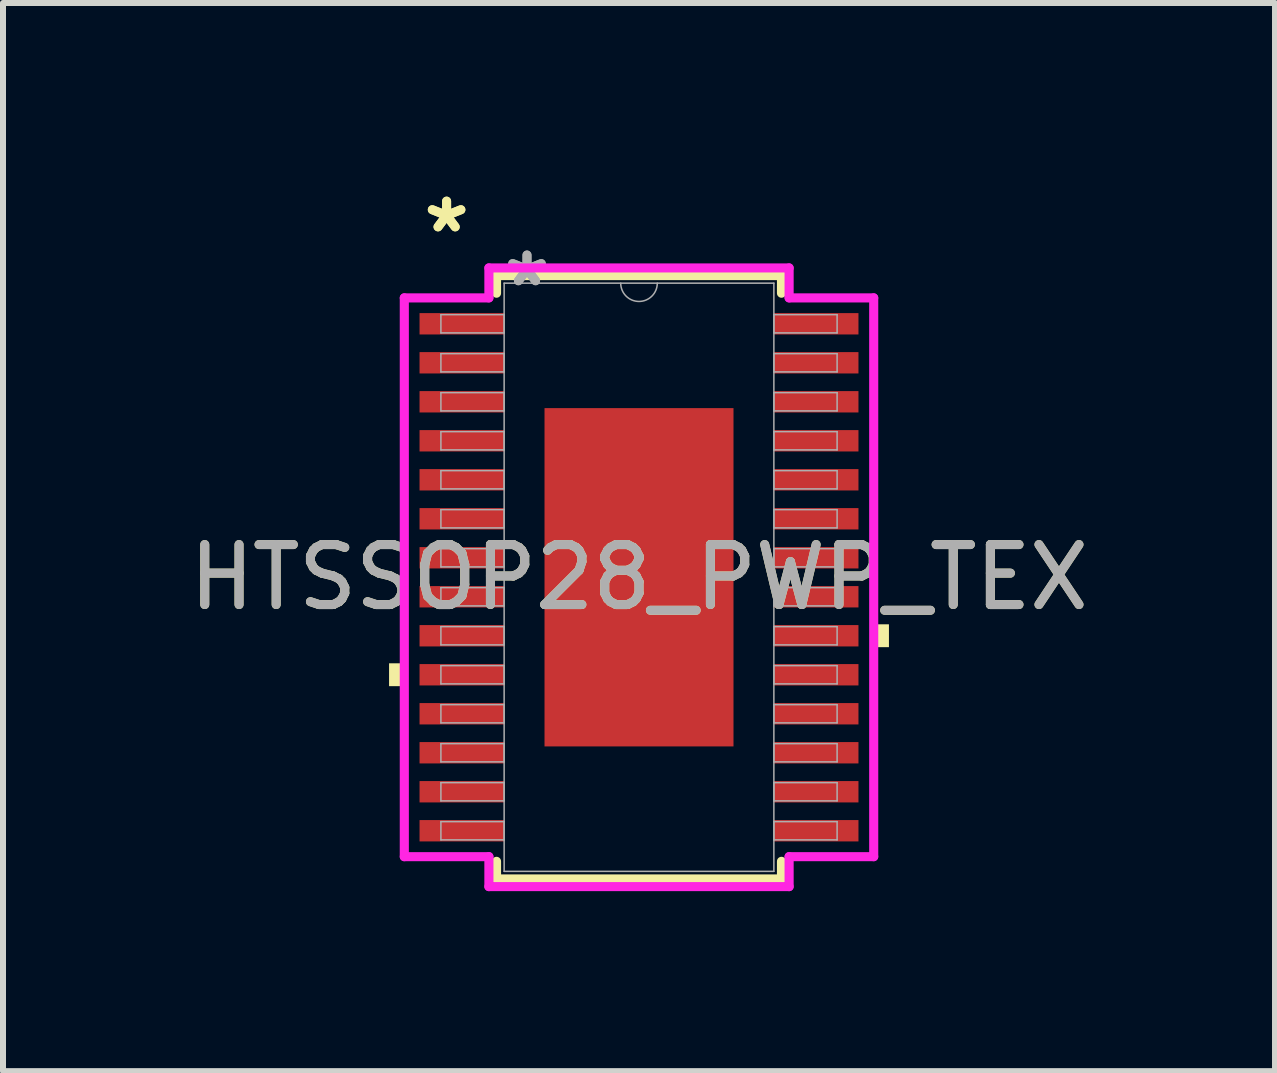
<source format=kicad_pcb>
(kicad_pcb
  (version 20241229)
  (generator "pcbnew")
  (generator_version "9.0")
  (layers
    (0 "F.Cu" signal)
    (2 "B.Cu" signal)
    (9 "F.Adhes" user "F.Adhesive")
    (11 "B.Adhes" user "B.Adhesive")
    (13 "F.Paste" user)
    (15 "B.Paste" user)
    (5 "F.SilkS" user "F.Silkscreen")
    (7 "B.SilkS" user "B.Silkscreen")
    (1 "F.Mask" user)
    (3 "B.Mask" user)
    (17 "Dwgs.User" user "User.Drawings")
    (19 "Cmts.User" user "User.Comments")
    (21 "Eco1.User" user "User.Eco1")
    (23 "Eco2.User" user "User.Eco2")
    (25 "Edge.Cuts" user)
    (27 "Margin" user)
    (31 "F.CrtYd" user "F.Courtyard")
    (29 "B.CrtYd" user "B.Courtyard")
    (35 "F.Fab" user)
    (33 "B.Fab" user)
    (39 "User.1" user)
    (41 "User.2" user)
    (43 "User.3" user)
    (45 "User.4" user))
  (footprint "HTSSOP28_PWP_TEX"
    (layer "F.Cu")
    (at 7.601 6.572)
    (property "Reference" "HTSSOP28_PWP_TEX" (at 0 0 0) (unlocked yes) (layer "F.SilkS") (effects (font (size 1 1) (thickness 0.15))))
    (attr smd)
    (fp_line (start -2.375 -5.029) (end -2.375 -4.735) (stroke (width 0.152) (type solid)) (layer "F.SilkS"))
    (fp_line (start -2.375 4.735) (end -2.375 5.029) (stroke (width 0.152) (type solid)) (layer "F.SilkS"))
    (fp_line (start -2.375 5.029) (end 2.375 5.029) (stroke (width 0.152) (type solid)) (layer "F.SilkS"))
    (fp_line (start 2.375 -5.029) (end -2.375 -5.029) (stroke (width 0.152) (type solid)) (layer "F.SilkS"))
    (fp_line (start 2.375 -4.735) (end 2.375 -5.029) (stroke (width 0.152) (type solid)) (layer "F.SilkS"))
    (fp_line (start 2.375 5.029) (end 2.375 4.735) (stroke (width 0.152) (type solid)) (layer "F.SilkS"))
    (fp_poly (pts (xy -4.166 1.434) (xy -4.166 1.815) (xy -3.912 1.815) (xy -3.912 1.434)) (stroke (width 0) (type solid)) (fill yes) (layer "F.SilkS"))
    (fp_poly (pts (xy 4.166 0.784) (xy 4.166 1.165) (xy 3.912 1.165) (xy 3.912 0.784)) (stroke (width 0) (type solid)) (fill yes) (layer "F.SilkS"))
    (fp_poly (pts (xy -1.475 -2.719) (xy -1.475 -1.51) (xy -0.1 -1.51) (xy -0.1 -2.719)) (stroke (width 0) (type solid)) (fill yes) (layer "F.Paste"))
    (fp_poly (pts (xy -1.475 -1.31) (xy -1.475 -0.1) (xy -0.1 -0.1) (xy -0.1 -1.31)) (stroke (width 0) (type solid)) (fill yes) (layer "F.Paste"))
    (fp_poly (pts (xy -1.475 0.1) (xy -1.475 1.31) (xy -0.1 1.31) (xy -0.1 0.1)) (stroke (width 0) (type solid)) (fill yes) (layer "F.Paste"))
    (fp_poly (pts (xy -1.475 1.51) (xy -1.475 2.719) (xy -0.1 2.719) (xy -0.1 1.51)) (stroke (width 0) (type solid)) (fill yes) (layer "F.Paste"))
    (fp_poly (pts (xy 0.1 -2.719) (xy 0.1 -1.51) (xy 1.475 -1.51) (xy 1.475 -2.719)) (stroke (width 0) (type solid)) (fill yes) (layer "F.Paste"))
    (fp_poly (pts (xy 0.1 -1.31) (xy 0.1 -0.1) (xy 1.475 -0.1) (xy 1.475 -1.31)) (stroke (width 0) (type solid)) (fill yes) (layer "F.Paste"))
    (fp_poly (pts (xy 0.1 0.1) (xy 0.1 1.31) (xy 1.475 1.31) (xy 1.475 0.1)) (stroke (width 0) (type solid)) (fill yes) (layer "F.Paste"))
    (fp_poly (pts (xy 0.1 1.51) (xy 0.1 2.719) (xy 1.475 2.719) (xy 1.475 1.51)) (stroke (width 0) (type solid)) (fill yes) (layer "F.Paste"))
    (fp_line (start -3.912 -4.657) (end -2.502 -4.657) (stroke (width 0.152) (type solid)) (layer "F.CrtYd"))
    (fp_line (start -3.912 4.657) (end -3.912 -4.657) (stroke (width 0.152) (type solid)) (layer "F.CrtYd"))
    (fp_line (start -3.912 4.657) (end -2.502 4.657) (stroke (width 0.152) (type solid)) (layer "F.CrtYd"))
    (fp_line (start -2.502 -5.156) (end 2.502 -5.156) (stroke (width 0.152) (type solid)) (layer "F.CrtYd"))
    (fp_line (start -2.502 -4.657) (end -2.502 -5.156) (stroke (width 0.152) (type solid)) (layer "F.CrtYd"))
    (fp_line (start -2.502 5.156) (end -2.502 4.657) (stroke (width 0.152) (type solid)) (layer "F.CrtYd"))
    (fp_line (start 2.502 -5.156) (end 2.502 -4.657) (stroke (width 0.152) (type solid)) (layer "F.CrtYd"))
    (fp_line (start 2.502 4.657) (end 2.502 5.156) (stroke (width 0.152) (type solid)) (layer "F.CrtYd"))
    (fp_line (start 2.502 5.156) (end -2.502 5.156) (stroke (width 0.152) (type solid)) (layer "F.CrtYd"))
    (fp_line (start 3.912 -4.657) (end 2.502 -4.657) (stroke (width 0.152) (type solid)) (layer "F.CrtYd"))
    (fp_line (start 3.912 -4.657) (end 3.912 4.657) (stroke (width 0.152) (type solid)) (layer "F.CrtYd"))
    (fp_line (start 3.912 4.657) (end 2.502 4.657) (stroke (width 0.152) (type solid)) (layer "F.CrtYd"))
    (fp_line (start -3.302 -4.377) (end -3.302 -4.073) (stroke (width 0.025) (type solid)) (layer "F.Fab"))
    (fp_line (start -3.302 -4.073) (end -2.248 -4.073) (stroke (width 0.025) (type solid)) (layer "F.Fab"))
    (fp_line (start -3.302 -3.727) (end -3.302 -3.423) (stroke (width 0.025) (type solid)) (layer "F.Fab"))
    (fp_line (start -3.302 -3.423) (end -2.248 -3.423) (stroke (width 0.025) (type solid)) (layer "F.Fab"))
    (fp_line (start -3.302 -3.077) (end -3.302 -2.773) (stroke (width 0.025) (type solid)) (layer "F.Fab"))
    (fp_line (start -3.302 -2.773) (end -2.248 -2.773) (stroke (width 0.025) (type solid)) (layer "F.Fab"))
    (fp_line (start -3.302 -2.427) (end -3.302 -2.123) (stroke (width 0.025) (type solid)) (layer "F.Fab"))
    (fp_line (start -3.302 -2.123) (end -2.248 -2.123) (stroke (width 0.025) (type solid)) (layer "F.Fab"))
    (fp_line (start -3.302 -1.777) (end -3.302 -1.473) (stroke (width 0.025) (type solid)) (layer "F.Fab"))
    (fp_line (start -3.302 -1.473) (end -2.248 -1.473) (stroke (width 0.025) (type solid)) (layer "F.Fab"))
    (fp_line (start -3.302 -1.127) (end -3.302 -0.823) (stroke (width 0.025) (type solid)) (layer "F.Fab"))
    (fp_line (start -3.302 -0.823) (end -2.248 -0.823) (stroke (width 0.025) (type solid)) (layer "F.Fab"))
    (fp_line (start -3.302 -0.477) (end -3.302 -0.173) (stroke (width 0.025) (type solid)) (layer "F.Fab"))
    (fp_line (start -3.302 -0.173) (end -2.248 -0.173) (stroke (width 0.025) (type solid)) (layer "F.Fab"))
    (fp_line (start -3.302 0.173) (end -3.302 0.477) (stroke (width 0.025) (type solid)) (layer "F.Fab"))
    (fp_line (start -3.302 0.477) (end -2.248 0.477) (stroke (width 0.025) (type solid)) (layer "F.Fab"))
    (fp_line (start -3.302 0.823) (end -3.302 1.127) (stroke (width 0.025) (type solid)) (layer "F.Fab"))
    (fp_line (start -3.302 1.127) (end -2.248 1.127) (stroke (width 0.025) (type solid)) (layer "F.Fab"))
    (fp_line (start -3.302 1.473) (end -3.302 1.777) (stroke (width 0.025) (type solid)) (layer "F.Fab"))
    (fp_line (start -3.302 1.777) (end -2.248 1.777) (stroke (width 0.025) (type solid)) (layer "F.Fab"))
    (fp_line (start -3.302 2.123) (end -3.302 2.427) (stroke (width 0.025) (type solid)) (layer "F.Fab"))
    (fp_line (start -3.302 2.427) (end -2.248 2.427) (stroke (width 0.025) (type solid)) (layer "F.Fab"))
    (fp_line (start -3.302 2.773) (end -3.302 3.077) (stroke (width 0.025) (type solid)) (layer "F.Fab"))
    (fp_line (start -3.302 3.077) (end -2.248 3.077) (stroke (width 0.025) (type solid)) (layer "F.Fab"))
    (fp_line (start -3.302 3.423) (end -3.302 3.727) (stroke (width 0.025) (type solid)) (layer "F.Fab"))
    (fp_line (start -3.302 3.727) (end -2.248 3.727) (stroke (width 0.025) (type solid)) (layer "F.Fab"))
    (fp_line (start -3.302 4.073) (end -3.302 4.377) (stroke (width 0.025) (type solid)) (layer "F.Fab"))
    (fp_line (start -3.302 4.377) (end -2.248 4.377) (stroke (width 0.025) (type solid)) (layer "F.Fab"))
    (fp_line (start -2.248 -4.902) (end -2.248 4.902) (stroke (width 0.025) (type solid)) (layer "F.Fab"))
    (fp_line (start -2.248 -4.377) (end -3.302 -4.377) (stroke (width 0.025) (type solid)) (layer "F.Fab"))
    (fp_line (start -2.248 -4.073) (end -2.248 -4.377) (stroke (width 0.025) (type solid)) (layer "F.Fab"))
    (fp_line (start -2.248 -3.727) (end -3.302 -3.727) (stroke (width 0.025) (type solid)) (layer "F.Fab"))
    (fp_line (start -2.248 -3.423) (end -2.248 -3.727) (stroke (width 0.025) (type solid)) (layer "F.Fab"))
    (fp_line (start -2.248 -3.077) (end -3.302 -3.077) (stroke (width 0.025) (type solid)) (layer "F.Fab"))
    (fp_line (start -2.248 -2.773) (end -2.248 -3.077) (stroke (width 0.025) (type solid)) (layer "F.Fab"))
    (fp_line (start -2.248 -2.427) (end -3.302 -2.427) (stroke (width 0.025) (type solid)) (layer "F.Fab"))
    (fp_line (start -2.248 -2.123) (end -2.248 -2.427) (stroke (width 0.025) (type solid)) (layer "F.Fab"))
    (fp_line (start -2.248 -1.777) (end -3.302 -1.777) (stroke (width 0.025) (type solid)) (layer "F.Fab"))
    (fp_line (start -2.248 -1.473) (end -2.248 -1.777) (stroke (width 0.025) (type solid)) (layer "F.Fab"))
    (fp_line (start -2.248 -1.127) (end -3.302 -1.127) (stroke (width 0.025) (type solid)) (layer "F.Fab"))
    (fp_line (start -2.248 -0.823) (end -2.248 -1.127) (stroke (width 0.025) (type solid)) (layer "F.Fab"))
    (fp_line (start -2.248 -0.477) (end -3.302 -0.477) (stroke (width 0.025) (type solid)) (layer "F.Fab"))
    (fp_line (start -2.248 -0.173) (end -2.248 -0.477) (stroke (width 0.025) (type solid)) (layer "F.Fab"))
    (fp_line (start -2.248 0.173) (end -3.302 0.173) (stroke (width 0.025) (type solid)) (layer "F.Fab"))
    (fp_line (start -2.248 0.477) (end -2.248 0.173) (stroke (width 0.025) (type solid)) (layer "F.Fab"))
    (fp_line (start -2.248 0.823) (end -3.302 0.823) (stroke (width 0.025) (type solid)) (layer "F.Fab"))
    (fp_line (start -2.248 1.127) (end -2.248 0.823) (stroke (width 0.025) (type solid)) (layer "F.Fab"))
    (fp_line (start -2.248 1.473) (end -3.302 1.473) (stroke (width 0.025) (type solid)) (layer "F.Fab"))
    (fp_line (start -2.248 1.777) (end -2.248 1.473) (stroke (width 0.025) (type solid)) (layer "F.Fab"))
    (fp_line (start -2.248 2.123) (end -3.302 2.123) (stroke (width 0.025) (type solid)) (layer "F.Fab"))
    (fp_line (start -2.248 2.427) (end -2.248 2.123) (stroke (width 0.025) (type solid)) (layer "F.Fab"))
    (fp_line (start -2.248 2.773) (end -3.302 2.773) (stroke (width 0.025) (type solid)) (layer "F.Fab"))
    (fp_line (start -2.248 3.077) (end -2.248 2.773) (stroke (width 0.025) (type solid)) (layer "F.Fab"))
    (fp_line (start -2.248 3.423) (end -3.302 3.423) (stroke (width 0.025) (type solid)) (layer "F.Fab"))
    (fp_line (start -2.248 3.727) (end -2.248 3.423) (stroke (width 0.025) (type solid)) (layer "F.Fab"))
    (fp_line (start -2.248 4.073) (end -3.302 4.073) (stroke (width 0.025) (type solid)) (layer "F.Fab"))
    (fp_line (start -2.248 4.377) (end -2.248 4.073) (stroke (width 0.025) (type solid)) (layer "F.Fab"))
    (fp_line (start -2.248 4.902) (end 2.248 4.902) (stroke (width 0.025) (type solid)) (layer "F.Fab"))
    (fp_line (start 2.248 -4.902) (end -2.248 -4.902) (stroke (width 0.025) (type solid)) (layer "F.Fab"))
    (fp_line (start 2.248 -4.377) (end 2.248 -4.073) (stroke (width 0.025) (type solid)) (layer "F.Fab"))
    (fp_line (start 2.248 -4.073) (end 3.302 -4.073) (stroke (width 0.025) (type solid)) (layer "F.Fab"))
    (fp_line (start 2.248 -3.727) (end 2.248 -3.423) (stroke (width 0.025) (type solid)) (layer "F.Fab"))
    (fp_line (start 2.248 -3.423) (end 3.302 -3.423) (stroke (width 0.025) (type solid)) (layer "F.Fab"))
    (fp_line (start 2.248 -3.077) (end 2.248 -2.773) (stroke (width 0.025) (type solid)) (layer "F.Fab"))
    (fp_line (start 2.248 -2.773) (end 3.302 -2.773) (stroke (width 0.025) (type solid)) (layer "F.Fab"))
    (fp_line (start 2.248 -2.427) (end 2.248 -2.123) (stroke (width 0.025) (type solid)) (layer "F.Fab"))
    (fp_line (start 2.248 -2.123) (end 3.302 -2.123) (stroke (width 0.025) (type solid)) (layer "F.Fab"))
    (fp_line (start 2.248 -1.777) (end 2.248 -1.473) (stroke (width 0.025) (type solid)) (layer "F.Fab"))
    (fp_line (start 2.248 -1.473) (end 3.302 -1.473) (stroke (width 0.025) (type solid)) (layer "F.Fab"))
    (fp_line (start 2.248 -1.127) (end 2.248 -0.823) (stroke (width 0.025) (type solid)) (layer "F.Fab"))
    (fp_line (start 2.248 -0.823) (end 3.302 -0.823) (stroke (width 0.025) (type solid)) (layer "F.Fab"))
    (fp_line (start 2.248 -0.477) (end 2.248 -0.173) (stroke (width 0.025) (type solid)) (layer "F.Fab"))
    (fp_line (start 2.248 -0.173) (end 3.302 -0.173) (stroke (width 0.025) (type solid)) (layer "F.Fab"))
    (fp_line (start 2.248 0.173) (end 2.248 0.477) (stroke (width 0.025) (type solid)) (layer "F.Fab"))
    (fp_line (start 2.248 0.477) (end 3.302 0.477) (stroke (width 0.025) (type solid)) (layer "F.Fab"))
    (fp_line (start 2.248 0.823) (end 2.248 1.127) (stroke (width 0.025) (type solid)) (layer "F.Fab"))
    (fp_line (start 2.248 1.127) (end 3.302 1.127) (stroke (width 0.025) (type solid)) (layer "F.Fab"))
    (fp_line (start 2.248 1.473) (end 2.248 1.777) (stroke (width 0.025) (type solid)) (layer "F.Fab"))
    (fp_line (start 2.248 1.777) (end 3.302 1.777) (stroke (width 0.025) (type solid)) (layer "F.Fab"))
    (fp_line (start 2.248 2.123) (end 2.248 2.427) (stroke (width 0.025) (type solid)) (layer "F.Fab"))
    (fp_line (start 2.248 2.427) (end 3.302 2.427) (stroke (width 0.025) (type solid)) (layer "F.Fab"))
    (fp_line (start 2.248 2.773) (end 2.248 3.077) (stroke (width 0.025) (type solid)) (layer "F.Fab"))
    (fp_line (start 2.248 3.077) (end 3.302 3.077) (stroke (width 0.025) (type solid)) (layer "F.Fab"))
    (fp_line (start 2.248 3.423) (end 2.248 3.727) (stroke (width 0.025) (type solid)) (layer "F.Fab"))
    (fp_line (start 2.248 3.727) (end 3.302 3.727) (stroke (width 0.025) (type solid)) (layer "F.Fab"))
    (fp_line (start 2.248 4.073) (end 2.248 4.377) (stroke (width 0.025) (type solid)) (layer "F.Fab"))
    (fp_line (start 2.248 4.377) (end 3.302 4.377) (stroke (width 0.025) (type solid)) (layer "F.Fab"))
    (fp_line (start 2.248 4.902) (end 2.248 -4.902) (stroke (width 0.025) (type solid)) (layer "F.Fab"))
    (fp_line (start 3.302 -4.377) (end 2.248 -4.377) (stroke (width 0.025) (type solid)) (layer "F.Fab"))
    (fp_line (start 3.302 -4.073) (end 3.302 -4.377) (stroke (width 0.025) (type solid)) (layer "F.Fab"))
    (fp_line (start 3.302 -3.727) (end 2.248 -3.727) (stroke (width 0.025) (type solid)) (layer "F.Fab"))
    (fp_line (start 3.302 -3.423) (end 3.302 -3.727) (stroke (width 0.025) (type solid)) (layer "F.Fab"))
    (fp_line (start 3.302 -3.077) (end 2.248 -3.077) (stroke (width 0.025) (type solid)) (layer "F.Fab"))
    (fp_line (start 3.302 -2.773) (end 3.302 -3.077) (stroke (width 0.025) (type solid)) (layer "F.Fab"))
    (fp_line (start 3.302 -2.427) (end 2.248 -2.427) (stroke (width 0.025) (type solid)) (layer "F.Fab"))
    (fp_line (start 3.302 -2.123) (end 3.302 -2.427) (stroke (width 0.025) (type solid)) (layer "F.Fab"))
    (fp_line (start 3.302 -1.777) (end 2.248 -1.777) (stroke (width 0.025) (type solid)) (layer "F.Fab"))
    (fp_line (start 3.302 -1.473) (end 3.302 -1.777) (stroke (width 0.025) (type solid)) (layer "F.Fab"))
    (fp_line (start 3.302 -1.127) (end 2.248 -1.127) (stroke (width 0.025) (type solid)) (layer "F.Fab"))
    (fp_line (start 3.302 -0.823) (end 3.302 -1.127) (stroke (width 0.025) (type solid)) (layer "F.Fab"))
    (fp_line (start 3.302 -0.477) (end 2.248 -0.477) (stroke (width 0.025) (type solid)) (layer "F.Fab"))
    (fp_line (start 3.302 -0.173) (end 3.302 -0.477) (stroke (width 0.025) (type solid)) (layer "F.Fab"))
    (fp_line (start 3.302 0.173) (end 2.248 0.173) (stroke (width 0.025) (type solid)) (layer "F.Fab"))
    (fp_line (start 3.302 0.477) (end 3.302 0.173) (stroke (width 0.025) (type solid)) (layer "F.Fab"))
    (fp_line (start 3.302 0.823) (end 2.248 0.823) (stroke (width 0.025) (type solid)) (layer "F.Fab"))
    (fp_line (start 3.302 1.127) (end 3.302 0.823) (stroke (width 0.025) (type solid)) (layer "F.Fab"))
    (fp_line (start 3.302 1.473) (end 2.248 1.473) (stroke (width 0.025) (type solid)) (layer "F.Fab"))
    (fp_line (start 3.302 1.777) (end 3.302 1.473) (stroke (width 0.025) (type solid)) (layer "F.Fab"))
    (fp_line (start 3.302 2.123) (end 2.248 2.123) (stroke (width 0.025) (type solid)) (layer "F.Fab"))
    (fp_line (start 3.302 2.427) (end 3.302 2.123) (stroke (width 0.025) (type solid)) (layer "F.Fab"))
    (fp_line (start 3.302 2.773) (end 2.248 2.773) (stroke (width 0.025) (type solid)) (layer "F.Fab"))
    (fp_line (start 3.302 3.077) (end 3.302 2.773) (stroke (width 0.025) (type solid)) (layer "F.Fab"))
    (fp_line (start 3.302 3.423) (end 2.248 3.423) (stroke (width 0.025) (type solid)) (layer "F.Fab"))
    (fp_line (start 3.302 3.727) (end 3.302 3.423) (stroke (width 0.025) (type solid)) (layer "F.Fab"))
    (fp_line (start 3.302 4.073) (end 2.248 4.073) (stroke (width 0.025) (type solid)) (layer "F.Fab"))
    (fp_line (start 3.302 4.377) (end 3.302 4.073) (stroke (width 0.025) (type solid)) (layer "F.Fab"))
    (fp_arc (start 0.3048 -4.9022) (mid 0 -4.5974) (end -0.3048 -4.9022) (stroke (width 0.0254) (type solid)) (layer "F.Fab"))
    (fp_text user "*" (at -3.207 -5.724 0) (layer "F.SilkS") (effects (font (size 1 1) (thickness 0.15))))
    (fp_text user "*" (at -3.207 -5.724 0) (unlocked yes) (layer "F.SilkS") (effects (font (size 1 1) (thickness 0.15))))
    (fp_text user "*" (at -1.867 -4.826 0) (unlocked yes) (layer "F.Fab") (effects (font (size 1 1) (thickness 0.15))))
    (fp_text user "${REFERENCE}" (at 0 0 0) (unlocked yes) (layer "F.Fab") (effects (font (size 1 1) (thickness 0.15))))
    (fp_text user "*" (at -1.867 -4.826 0) (layer "F.Fab") (effects (font (size 1 1) (thickness 0.15))))
    (pad "1" smd rect (at -2.953 -4.225) (size 1.41 0.356) (layers "F.Cu" "F.Mask" "F.Paste"))
    (pad "2" smd rect (at -2.953 -3.575) (size 1.41 0.356) (layers "F.Cu" "F.Mask" "F.Paste"))
    (pad "3" smd rect (at -2.953 -2.925) (size 1.41 0.356) (layers "F.Cu" "F.Mask" "F.Paste"))
    (pad "4" smd rect (at -2.953 -2.275) (size 1.41 0.356) (layers "F.Cu" "F.Mask" "F.Paste"))
    (pad "5" smd rect (at -2.953 -1.625) (size 1.41 0.356) (layers "F.Cu" "F.Mask" "F.Paste"))
    (pad "6" smd rect (at -2.953 -0.975) (size 1.41 0.356) (layers "F.Cu" "F.Mask" "F.Paste"))
    (pad "7" smd rect (at -2.953 -0.325) (size 1.41 0.356) (layers "F.Cu" "F.Mask" "F.Paste"))
    (pad "8" smd rect (at -2.953 0.325) (size 1.41 0.356) (layers "F.Cu" "F.Mask" "F.Paste"))
    (pad "9" smd rect (at -2.953 0.975) (size 1.41 0.356) (layers "F.Cu" "F.Mask" "F.Paste"))
    (pad "10" smd rect (at -2.953 1.625) (size 1.41 0.356) (layers "F.Cu" "F.Mask" "F.Paste"))
    (pad "11" smd rect (at -2.953 2.275) (size 1.41 0.356) (layers "F.Cu" "F.Mask" "F.Paste"))
    (pad "12" smd rect (at -2.953 2.925) (size 1.41 0.356) (layers "F.Cu" "F.Mask" "F.Paste"))
    (pad "13" smd rect (at -2.953 3.575) (size 1.41 0.356) (layers "F.Cu" "F.Mask" "F.Paste"))
    (pad "14" smd rect (at -2.953 4.225) (size 1.41 0.356) (layers "F.Cu" "F.Mask" "F.Paste"))
    (pad "15" smd rect (at 2.953 4.225) (size 1.41 0.356) (layers "F.Cu" "F.Mask" "F.Paste"))
    (pad "16" smd rect (at 2.953 3.575) (size 1.41 0.356) (layers "F.Cu" "F.Mask" "F.Paste"))
    (pad "17" smd rect (at 2.953 2.925) (size 1.41 0.356) (layers "F.Cu" "F.Mask" "F.Paste"))
    (pad "18" smd rect (at 2.953 2.275) (size 1.41 0.356) (layers "F.Cu" "F.Mask" "F.Paste"))
    (pad "19" smd rect (at 2.953 1.625) (size 1.41 0.356) (layers "F.Cu" "F.Mask" "F.Paste"))
    (pad "20" smd rect (at 2.953 0.975) (size 1.41 0.356) (layers "F.Cu" "F.Mask" "F.Paste"))
    (pad "21" smd rect (at 2.953 0.325) (size 1.41 0.356) (layers "F.Cu" "F.Mask" "F.Paste"))
    (pad "22" smd rect (at 2.953 -0.325) (size 1.41 0.356) (layers "F.Cu" "F.Mask" "F.Paste"))
    (pad "23" smd rect (at 2.953 -0.975) (size 1.41 0.356) (layers "F.Cu" "F.Mask" "F.Paste"))
    (pad "24" smd rect (at 2.953 -1.625) (size 1.41 0.356) (layers "F.Cu" "F.Mask" "F.Paste"))
    (pad "25" smd rect (at 2.953 -2.275) (size 1.41 0.356) (layers "F.Cu" "F.Mask" "F.Paste"))
    (pad "26" smd rect (at 2.953 -2.925) (size 1.41 0.356) (layers "F.Cu" "F.Mask" "F.Paste"))
    (pad "27" smd rect (at 2.953 -3.575) (size 1.41 0.356) (layers "F.Cu" "F.Mask" "F.Paste"))
    (pad "28" smd rect (at 2.953 -4.225) (size 1.41 0.356) (layers "F.Cu" "F.Mask" "F.Paste"))
    (pad "EPAD" smd rect (at 0 0) (size 3.15 5.639) (layers "F.Cu" "F.Mask")))
  (gr_rect
    (start -3 -3)
    (end 18.202 14.804)
    (stroke (width 0.1) (type default))
    (fill no)
    (layer "Edge.Cuts")))
</source>
